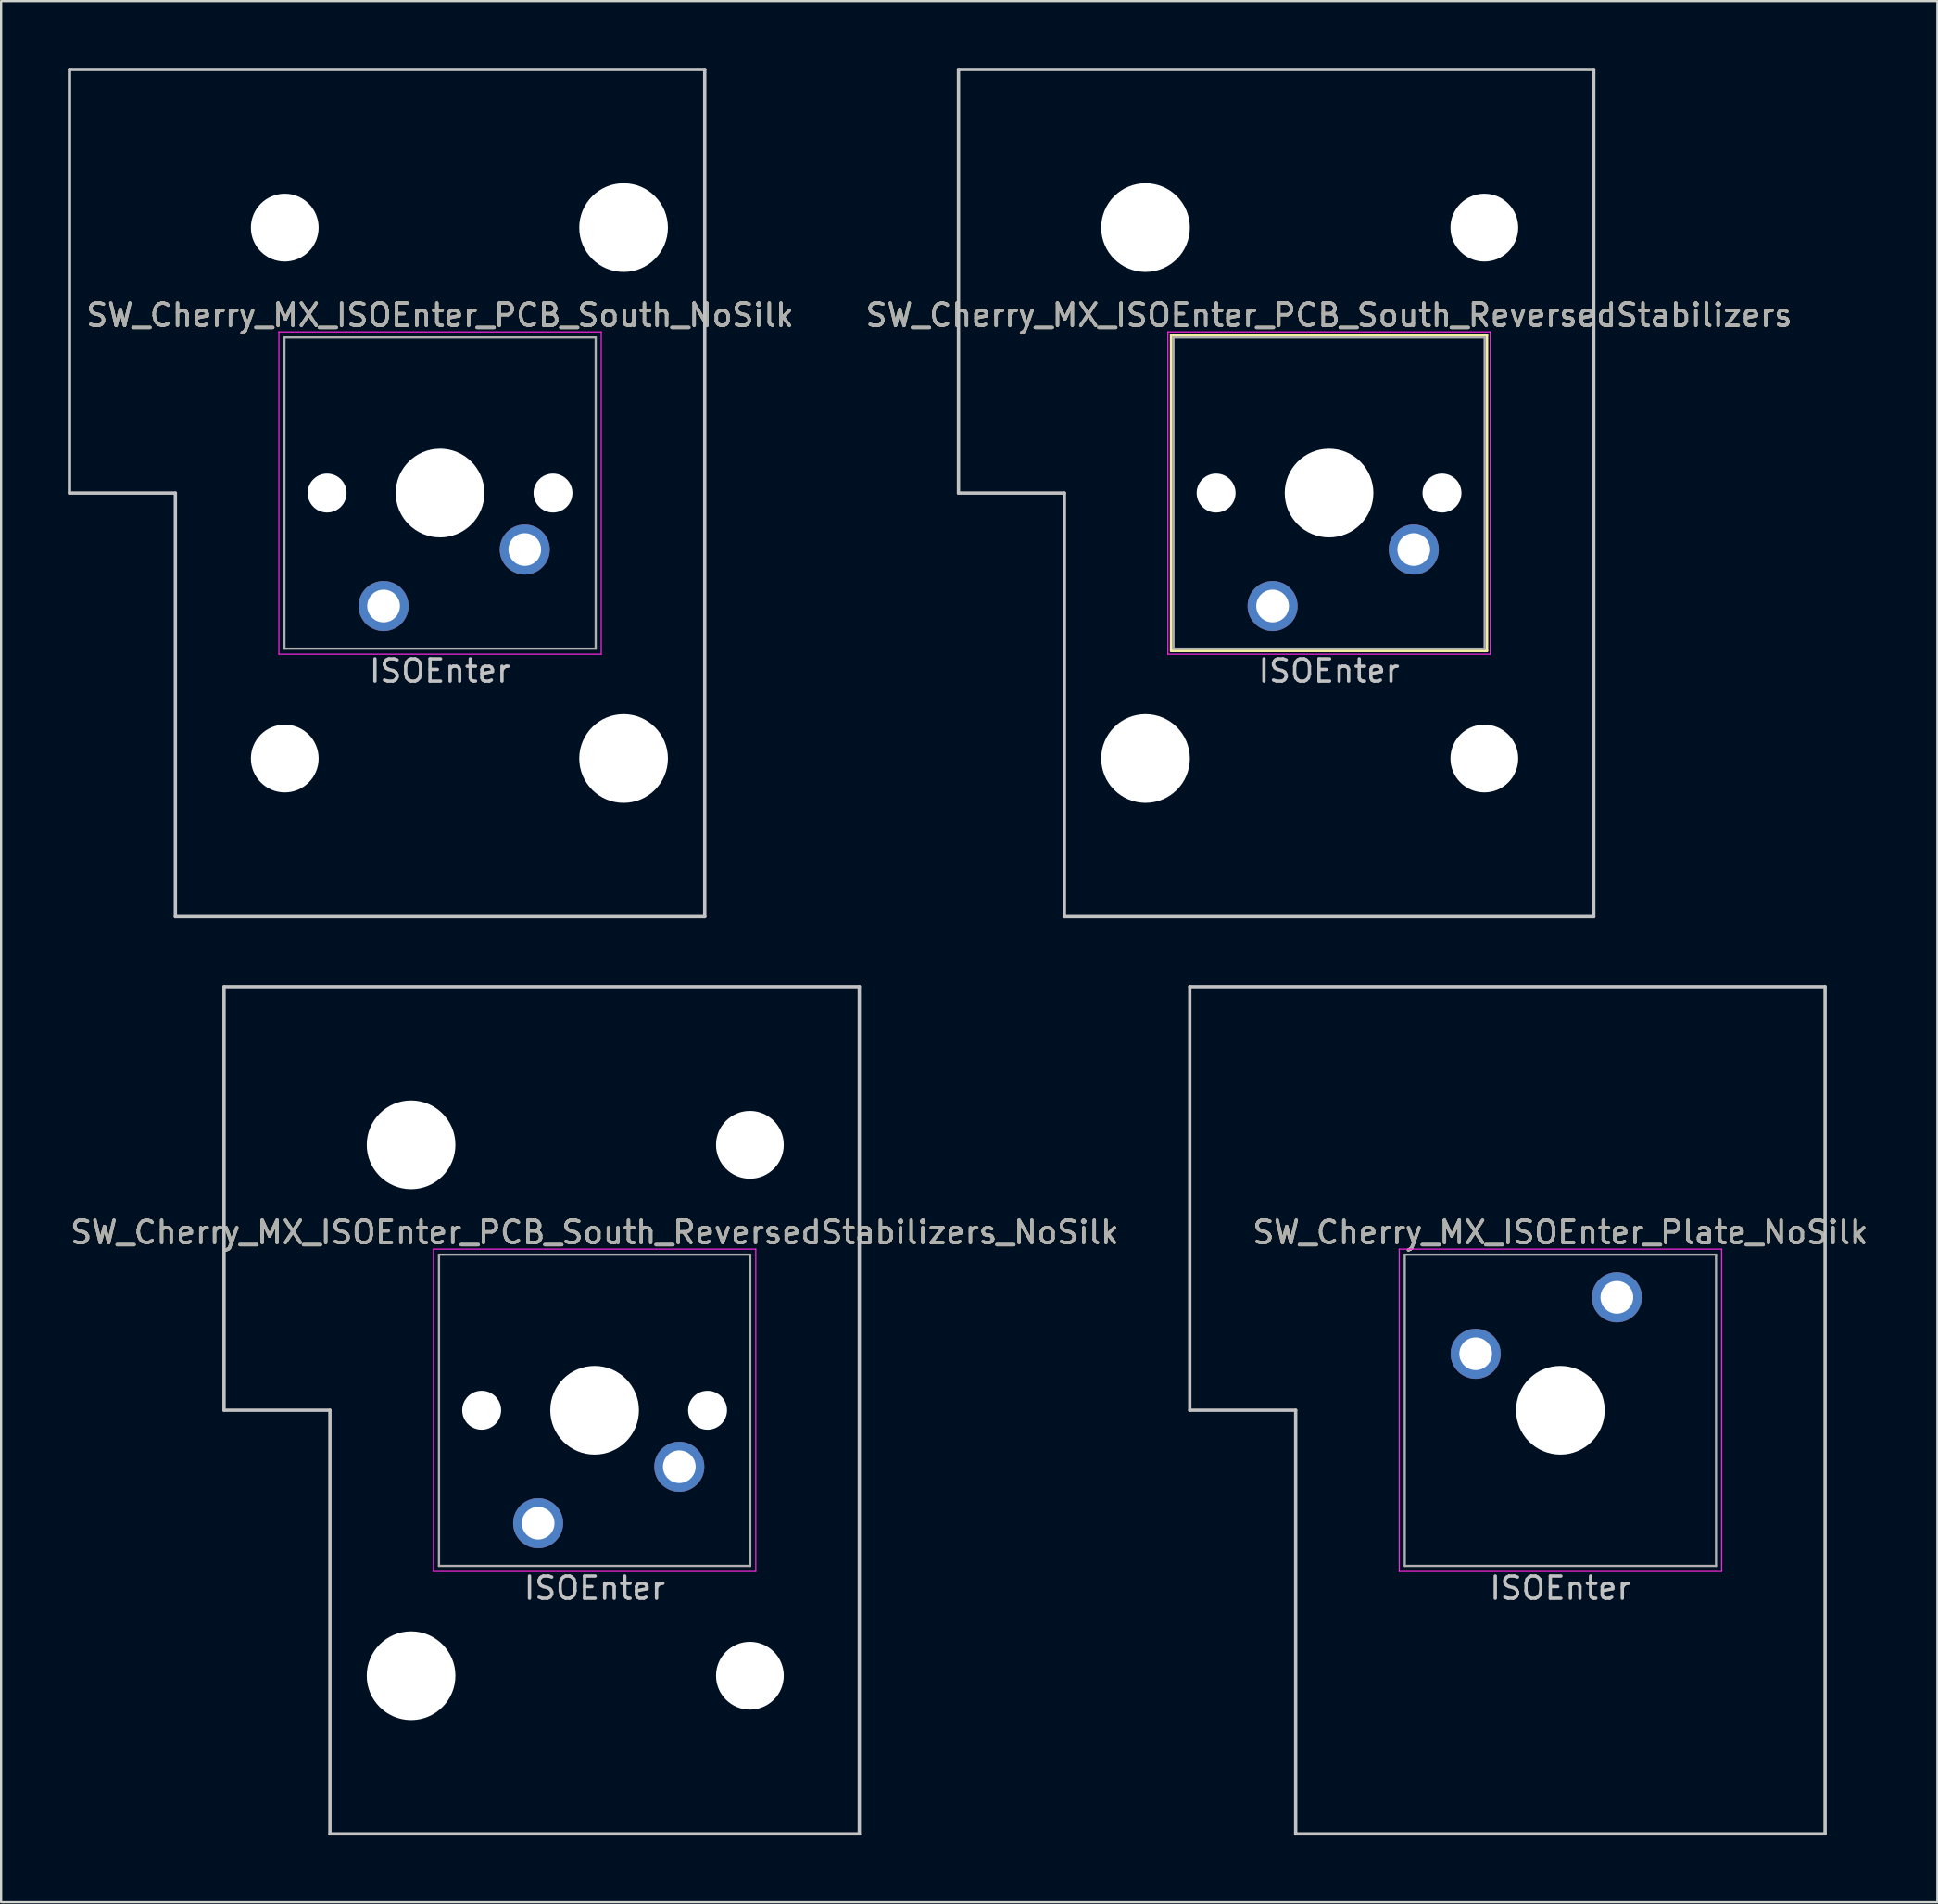
<source format=kicad_pcb>
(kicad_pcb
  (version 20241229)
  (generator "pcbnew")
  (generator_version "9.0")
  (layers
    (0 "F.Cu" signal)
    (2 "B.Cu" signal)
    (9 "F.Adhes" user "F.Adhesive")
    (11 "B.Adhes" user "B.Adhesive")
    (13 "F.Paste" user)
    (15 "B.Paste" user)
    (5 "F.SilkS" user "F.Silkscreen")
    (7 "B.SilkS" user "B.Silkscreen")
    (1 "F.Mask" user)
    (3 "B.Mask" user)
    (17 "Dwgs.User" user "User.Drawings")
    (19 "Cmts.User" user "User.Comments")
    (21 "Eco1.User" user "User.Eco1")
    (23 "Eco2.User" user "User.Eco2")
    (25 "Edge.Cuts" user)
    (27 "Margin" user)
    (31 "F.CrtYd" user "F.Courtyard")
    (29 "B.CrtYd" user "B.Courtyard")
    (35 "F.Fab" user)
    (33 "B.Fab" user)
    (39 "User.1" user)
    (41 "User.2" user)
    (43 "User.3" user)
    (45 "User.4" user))
  (footprint "SW_Cherry_MX_ISOEnter_Plate_NoSilk"
    (layer "F.Cu")
    (at 67.137 60.375)
    (property "Reference" "SW_Cherry_MX_ISOEnter_Plate_NoSilk" (at 0 -8 0) (layer "F.SilkS") (effects (font (size 1 1) (thickness 0.15))))
    (attr through_hole)
    (fp_line (start -16.669 -19.05) (end -16.669 0) (stroke (width 0.15) (type solid)) (layer "Dwgs.User"))
    (fp_line (start -16.669 -19.05) (end 11.906 -19.05) (stroke (width 0.15) (type solid)) (layer "Dwgs.User"))
    (fp_line (start -11.906 0) (end -16.669 0) (stroke (width 0.15) (type solid)) (layer "Dwgs.User"))
    (fp_line (start -11.906 19.05) (end -11.906 0) (stroke (width 0.15) (type solid)) (layer "Dwgs.User"))
    (fp_line (start -11.906 19.05) (end 11.906 19.05) (stroke (width 0.15) (type solid)) (layer "Dwgs.User"))
    (fp_line (start 11.906 -19.05) (end 11.906 19.05) (stroke (width 0.15) (type solid)) (layer "Dwgs.User"))
    (fp_line (start -7.25 -7.25) (end 7.25 -7.25) (stroke (width 0.05) (type solid)) (layer "F.CrtYd"))
    (fp_line (start -7.25 7.25) (end -7.25 -7.25) (stroke (width 0.05) (type solid)) (layer "F.CrtYd"))
    (fp_line (start 7.25 -7.25) (end 7.25 7.25) (stroke (width 0.05) (type solid)) (layer "F.CrtYd"))
    (fp_line (start 7.25 7.25) (end -7.25 7.25) (stroke (width 0.05) (type solid)) (layer "F.CrtYd"))
    (fp_line (start -7 -7) (end 7 -7) (stroke (width 0.1) (type solid)) (layer "F.Fab"))
    (fp_line (start -7 7) (end -7 -7) (stroke (width 0.1) (type solid)) (layer "F.Fab"))
    (fp_line (start 7 -7) (end 7 7) (stroke (width 0.1) (type solid)) (layer "F.Fab"))
    (fp_line (start 7 7) (end -7 7) (stroke (width 0.1) (type solid)) (layer "F.Fab"))
    (fp_text user "ISOEnter" (at 0 8 0) (layer "Dwgs.User") (effects (font (size 1 1) (thickness 0.15))))
    (fp_text user "${REFERENCE}" (at 0 -8 0) (layer "F.Fab") (effects (font (size 1 1) (thickness 0.15))))
    (pad "" np_thru_hole circle (at 0 0) (size 3.988 3.988) (drill 3.988) (layers "*.Cu" "*.Mask"))
    (pad "1" thru_hole circle (at -3.81 -2.54) (size 2.25 2.25) (drill 1.47) (layers "*.Cu" "B.Mask"))
    (pad "2" thru_hole circle (at 2.54 -5.08) (size 2.25 2.25) (drill 1.47) (layers "*.Cu" "B.Mask")))
  (footprint "SW_Cherry_MX_ISOEnter_PCB_South_ReversedStabilizers"
    (layer "F.Cu")
    (at 56.732 19.125)
    (property "Reference" "SW_Cherry_MX_ISOEnter_PCB_South_ReversedStabilizers" (at 0 -8 0) (layer "F.SilkS") (effects (font (size 1 1) (thickness 0.15))))
    (attr through_hole)
    (fp_line (start -7.1 -7.1) (end 7.1 -7.1) (stroke (width 0.12) (type solid)) (layer "F.SilkS"))
    (fp_line (start -7.1 7.1) (end -7.1 -7.1) (stroke (width 0.12) (type solid)) (layer "F.SilkS"))
    (fp_line (start 7.1 -7.1) (end 7.1 7.1) (stroke (width 0.12) (type solid)) (layer "F.SilkS"))
    (fp_line (start 7.1 7.1) (end -7.1 7.1) (stroke (width 0.12) (type solid)) (layer "F.SilkS"))
    (fp_line (start -16.669 -19.05) (end -16.669 0) (stroke (width 0.15) (type solid)) (layer "Dwgs.User"))
    (fp_line (start -16.669 -19.05) (end 11.906 -19.05) (stroke (width 0.15) (type solid)) (layer "Dwgs.User"))
    (fp_line (start -11.906 0) (end -16.669 0) (stroke (width 0.15) (type solid)) (layer "Dwgs.User"))
    (fp_line (start -11.906 19.05) (end -11.906 0) (stroke (width 0.15) (type solid)) (layer "Dwgs.User"))
    (fp_line (start -11.906 19.05) (end 11.906 19.05) (stroke (width 0.15) (type solid)) (layer "Dwgs.User"))
    (fp_line (start 11.906 -19.05) (end 11.906 19.05) (stroke (width 0.15) (type solid)) (layer "Dwgs.User"))
    (fp_line (start -7.25 -7.25) (end 7.25 -7.25) (stroke (width 0.05) (type solid)) (layer "F.CrtYd"))
    (fp_line (start -7.25 7.25) (end -7.25 -7.25) (stroke (width 0.05) (type solid)) (layer "F.CrtYd"))
    (fp_line (start 7.25 -7.25) (end 7.25 7.25) (stroke (width 0.05) (type solid)) (layer "F.CrtYd"))
    (fp_line (start 7.25 7.25) (end -7.25 7.25) (stroke (width 0.05) (type solid)) (layer "F.CrtYd"))
    (fp_line (start -7 -7) (end 7 -7) (stroke (width 0.1) (type solid)) (layer "F.Fab"))
    (fp_line (start -7 7) (end -7 -7) (stroke (width 0.1) (type solid)) (layer "F.Fab"))
    (fp_line (start 7 -7) (end 7 7) (stroke (width 0.1) (type solid)) (layer "F.Fab"))
    (fp_line (start 7 7) (end -7 7) (stroke (width 0.1) (type solid)) (layer "F.Fab"))
    (fp_text user "ISOEnter" (at 0 8 0) (layer "Dwgs.User") (effects (font (size 1 1) (thickness 0.15))))
    (fp_text user "${REFERENCE}" (at 0 -8 0) (layer "F.Fab") (effects (font (size 1 1) (thickness 0.15))))
    (pad "" np_thru_hole circle (at -8.255 -11.938) (size 3.988 3.988) (drill 3.988) (layers "*.Cu" "*.Mask"))
    (pad "" np_thru_hole circle (at -8.255 11.938) (size 3.988 3.988) (drill 3.988) (layers "*.Cu" "*.Mask"))
    (pad "" np_thru_hole circle (at -5.08 0 228.1) (size 1.75 1.75) (drill 1.75) (layers "*.Cu" "*.Mask"))
    (pad "" np_thru_hole circle (at 0 0 180) (size 3.988 3.988) (drill 3.988) (layers "*.Cu" "*.Mask"))
    (pad "" np_thru_hole circle (at 5.08 0 228.1) (size 1.75 1.75) (drill 1.75) (layers "*.Cu" "*.Mask"))
    (pad "" np_thru_hole circle (at 6.985 -11.938) (size 3.048 3.048) (drill 3.048) (layers "*.Cu" "*.Mask"))
    (pad "" np_thru_hole circle (at 6.985 11.938) (size 3.048 3.048) (drill 3.048) (layers "*.Cu" "*.Mask"))
    (pad "1" thru_hole circle (at 3.81 2.54 180) (size 2.25 2.25) (drill 1.47) (layers "*.Cu" "B.Mask"))
    (pad "2" thru_hole circle (at -2.54 5.08 180) (size 2.25 2.25) (drill 1.47) (layers "*.Cu" "B.Mask")))
  (footprint "SW_Cherry_MX_ISOEnter_PCB_South_NoSilk"
    (layer "F.Cu")
    (at 16.744 19.125)
    (property "Reference" "SW_Cherry_MX_ISOEnter_PCB_South_NoSilk" (at 0 -8 0) (layer "F.SilkS") (effects (font (size 1 1) (thickness 0.15))))
    (attr through_hole)
    (fp_line (start -16.669 -19.05) (end -16.669 0) (stroke (width 0.15) (type solid)) (layer "Dwgs.User"))
    (fp_line (start -16.669 -19.05) (end 11.906 -19.05) (stroke (width 0.15) (type solid)) (layer "Dwgs.User"))
    (fp_line (start -11.906 0) (end -16.669 0) (stroke (width 0.15) (type solid)) (layer "Dwgs.User"))
    (fp_line (start -11.906 19.05) (end -11.906 0) (stroke (width 0.15) (type solid)) (layer "Dwgs.User"))
    (fp_line (start -11.906 19.05) (end 11.906 19.05) (stroke (width 0.15) (type solid)) (layer "Dwgs.User"))
    (fp_line (start 11.906 -19.05) (end 11.906 19.05) (stroke (width 0.15) (type solid)) (layer "Dwgs.User"))
    (fp_line (start -7.25 -7.25) (end 7.25 -7.25) (stroke (width 0.05) (type solid)) (layer "F.CrtYd"))
    (fp_line (start -7.25 7.25) (end -7.25 -7.25) (stroke (width 0.05) (type solid)) (layer "F.CrtYd"))
    (fp_line (start 7.25 -7.25) (end 7.25 7.25) (stroke (width 0.05) (type solid)) (layer "F.CrtYd"))
    (fp_line (start 7.25 7.25) (end -7.25 7.25) (stroke (width 0.05) (type solid)) (layer "F.CrtYd"))
    (fp_line (start -7 -7) (end 7 -7) (stroke (width 0.1) (type solid)) (layer "F.Fab"))
    (fp_line (start -7 7) (end -7 -7) (stroke (width 0.1) (type solid)) (layer "F.Fab"))
    (fp_line (start 7 -7) (end 7 7) (stroke (width 0.1) (type solid)) (layer "F.Fab"))
    (fp_line (start 7 7) (end -7 7) (stroke (width 0.1) (type solid)) (layer "F.Fab"))
    (fp_text user "ISOEnter" (at 0 8 0) (layer "Dwgs.User") (effects (font (size 1 1) (thickness 0.15))))
    (fp_text user "${REFERENCE}" (at 0 -8 0) (layer "F.Fab") (effects (font (size 1 1) (thickness 0.15))))
    (pad "" np_thru_hole circle (at -6.985 -11.938) (size 3.048 3.048) (drill 3.048) (layers "*.Cu" "*.Mask"))
    (pad "" np_thru_hole circle (at -6.985 11.938) (size 3.048 3.048) (drill 3.048) (layers "*.Cu" "*.Mask"))
    (pad "" np_thru_hole circle (at -5.08 0 228.1) (size 1.75 1.75) (drill 1.75) (layers "*.Cu" "*.Mask"))
    (pad "" np_thru_hole circle (at 0 0 180) (size 3.988 3.988) (drill 3.988) (layers "*.Cu" "*.Mask"))
    (pad "" np_thru_hole circle (at 5.08 0 228.1) (size 1.75 1.75) (drill 1.75) (layers "*.Cu" "*.Mask"))
    (pad "" np_thru_hole circle (at 8.255 -11.938) (size 3.988 3.988) (drill 3.988) (layers "*.Cu" "*.Mask"))
    (pad "" np_thru_hole circle (at 8.255 11.938) (size 3.988 3.988) (drill 3.988) (layers "*.Cu" "*.Mask"))
    (pad "1" thru_hole circle (at 3.81 2.54 180) (size 2.25 2.25) (drill 1.47) (layers "*.Cu" "B.Mask"))
    (pad "2" thru_hole circle (at -2.54 5.08 180) (size 2.25 2.25) (drill 1.47) (layers "*.Cu" "B.Mask")))
  (footprint "SW_Cherry_MX_ISOEnter_PCB_South_ReversedStabilizers_NoSilk"
    (layer "F.Cu")
    (at 23.696 60.375)
    (property "Reference" "SW_Cherry_MX_ISOEnter_PCB_South_ReversedStabilizers_NoSilk" (at 0 -8 0) (layer "F.SilkS") (effects (font (size 1 1) (thickness 0.15))))
    (attr through_hole)
    (fp_line (start -16.669 -19.05) (end -16.669 0) (stroke (width 0.15) (type solid)) (layer "Dwgs.User"))
    (fp_line (start -16.669 -19.05) (end 11.906 -19.05) (stroke (width 0.15) (type solid)) (layer "Dwgs.User"))
    (fp_line (start -11.906 0) (end -16.669 0) (stroke (width 0.15) (type solid)) (layer "Dwgs.User"))
    (fp_line (start -11.906 19.05) (end -11.906 0) (stroke (width 0.15) (type solid)) (layer "Dwgs.User"))
    (fp_line (start -11.906 19.05) (end 11.906 19.05) (stroke (width 0.15) (type solid)) (layer "Dwgs.User"))
    (fp_line (start 11.906 -19.05) (end 11.906 19.05) (stroke (width 0.15) (type solid)) (layer "Dwgs.User"))
    (fp_line (start -7.25 -7.25) (end 7.25 -7.25) (stroke (width 0.05) (type solid)) (layer "F.CrtYd"))
    (fp_line (start -7.25 7.25) (end -7.25 -7.25) (stroke (width 0.05) (type solid)) (layer "F.CrtYd"))
    (fp_line (start 7.25 -7.25) (end 7.25 7.25) (stroke (width 0.05) (type solid)) (layer "F.CrtYd"))
    (fp_line (start 7.25 7.25) (end -7.25 7.25) (stroke (width 0.05) (type solid)) (layer "F.CrtYd"))
    (fp_line (start -7 -7) (end 7 -7) (stroke (width 0.1) (type solid)) (layer "F.Fab"))
    (fp_line (start -7 7) (end -7 -7) (stroke (width 0.1) (type solid)) (layer "F.Fab"))
    (fp_line (start 7 -7) (end 7 7) (stroke (width 0.1) (type solid)) (layer "F.Fab"))
    (fp_line (start 7 7) (end -7 7) (stroke (width 0.1) (type solid)) (layer "F.Fab"))
    (fp_text user "ISOEnter" (at 0 8 0) (layer "Dwgs.User") (effects (font (size 1 1) (thickness 0.15))))
    (fp_text user "${REFERENCE}" (at 0 -8 0) (layer "F.Fab") (effects (font (size 1 1) (thickness 0.15))))
    (pad "" np_thru_hole circle (at -8.255 -11.938) (size 3.988 3.988) (drill 3.988) (layers "*.Cu" "*.Mask"))
    (pad "" np_thru_hole circle (at -8.255 11.938) (size 3.988 3.988) (drill 3.988) (layers "*.Cu" "*.Mask"))
    (pad "" np_thru_hole circle (at -5.08 0 228.1) (size 1.75 1.75) (drill 1.75) (layers "*.Cu" "*.Mask"))
    (pad "" np_thru_hole circle (at 0 0 180) (size 3.988 3.988) (drill 3.988) (layers "*.Cu" "*.Mask"))
    (pad "" np_thru_hole circle (at 5.08 0 228.1) (size 1.75 1.75) (drill 1.75) (layers "*.Cu" "*.Mask"))
    (pad "" np_thru_hole circle (at 6.985 -11.938) (size 3.048 3.048) (drill 3.048) (layers "*.Cu" "*.Mask"))
    (pad "" np_thru_hole circle (at 6.985 11.938) (size 3.048 3.048) (drill 3.048) (layers "*.Cu" "*.Mask"))
    (pad "1" thru_hole circle (at 3.81 2.54 180) (size 2.25 2.25) (drill 1.47) (layers "*.Cu" "B.Mask"))
    (pad "2" thru_hole circle (at -2.54 5.08 180) (size 2.25 2.25) (drill 1.47) (layers "*.Cu" "B.Mask")))
  (gr_rect
    (start -3 -3)
    (end 84.095 82.5)
    (stroke (width 0.1) (type default))
    (fill no)
    (layer "Edge.Cuts")))
</source>
